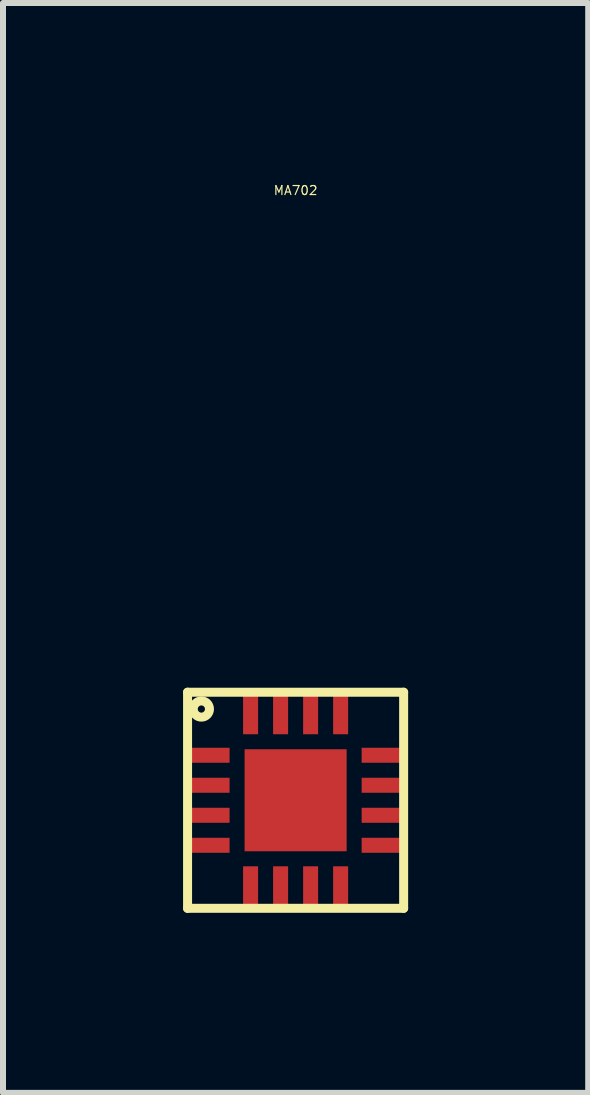
<source format=kicad_pcb>
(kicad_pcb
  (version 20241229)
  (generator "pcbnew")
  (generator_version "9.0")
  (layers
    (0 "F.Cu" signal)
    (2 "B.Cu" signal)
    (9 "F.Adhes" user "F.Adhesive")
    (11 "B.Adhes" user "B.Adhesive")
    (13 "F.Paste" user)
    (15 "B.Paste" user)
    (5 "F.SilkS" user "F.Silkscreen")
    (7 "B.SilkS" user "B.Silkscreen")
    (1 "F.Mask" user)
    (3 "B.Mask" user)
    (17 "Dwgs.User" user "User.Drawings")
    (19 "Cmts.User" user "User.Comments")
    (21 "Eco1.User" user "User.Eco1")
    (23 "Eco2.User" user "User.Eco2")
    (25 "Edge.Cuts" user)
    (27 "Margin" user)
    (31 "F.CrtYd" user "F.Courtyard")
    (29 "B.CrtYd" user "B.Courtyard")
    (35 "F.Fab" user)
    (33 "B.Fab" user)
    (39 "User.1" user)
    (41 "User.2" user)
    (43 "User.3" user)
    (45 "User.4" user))
  (footprint "MA702"
    (layer "F.Cu")
    (at 1.875 10.283)
    (property "Reference" "MA702" (at 0 -10.16 0) (layer "F.SilkS") (effects (font (size 0.15 0.15) (thickness 0.02))))
    (attr through_hole)
    (fp_line (start -1.8 -1.8) (end 1.8 -1.8) (stroke (width 0.15) (type solid)) (layer "F.SilkS"))
    (fp_line (start -1.8 1.8) (end -1.8 -1.8) (stroke (width 0.15) (type solid)) (layer "F.SilkS"))
    (fp_line (start 1.8 -1.8) (end 1.8 1.8) (stroke (width 0.15) (type solid)) (layer "F.SilkS"))
    (fp_line (start 1.8 1.8) (end -1.8 1.8) (stroke (width 0.15) (type solid)) (layer "F.SilkS"))
    (fp_circle (center -1.57 -1.52) (end -1.51 -1.52) (stroke (width 0.15) (type solid)) (fill no) (layer "F.SilkS"))
    (pad "1" smd rect (at -1.45 -0.75) (size 0.7 0.25) (layers "F.Cu" "F.Mask" "F.Paste"))
    (pad "2" smd rect (at -1.45 -0.25) (size 0.7 0.25) (layers "F.Cu" "F.Mask" "F.Paste"))
    (pad "3" smd rect (at -1.45 0.25) (size 0.7 0.25) (layers "F.Cu" "F.Mask" "F.Paste"))
    (pad "4" smd rect (at -1.45 0.75) (size 0.7 0.25) (layers "F.Cu" "F.Mask" "F.Paste"))
    (pad "5" smd rect (at -0.75 1.45) (size 0.25 0.7) (layers "F.Cu" "F.Mask" "F.Paste"))
    (pad "6" smd rect (at -0.25 1.45) (size 0.25 0.7) (layers "F.Cu" "F.Mask" "F.Paste"))
    (pad "7" smd rect (at 0.25 1.45) (size 0.25 0.7) (layers "F.Cu" "F.Mask" "F.Paste"))
    (pad "8" smd rect (at 0.75 1.45) (size 0.25 0.7) (layers "F.Cu" "F.Mask" "F.Paste"))
    (pad "8" smd rect (at 1.45 0.75) (size 0.7 0.25) (layers "F.Cu" "F.Mask" "F.Paste"))
    (pad "10" smd rect (at 1.45 0.25) (size 0.7 0.25) (layers "F.Cu" "F.Mask" "F.Paste"))
    (pad "11" smd rect (at 1.45 -0.25) (size 0.7 0.25) (layers "F.Cu" "F.Mask" "F.Paste"))
    (pad "12" smd rect (at 1.45 -0.75) (size 0.7 0.25) (layers "F.Cu" "F.Mask" "F.Paste"))
    (pad "13" smd rect (at 0.75 -1.45) (size 0.25 0.7) (layers "F.Cu" "F.Mask" "F.Paste"))
    (pad "14" smd rect (at 0.25 -1.45) (size 0.25 0.7) (layers "F.Cu" "F.Mask" "F.Paste"))
    (pad "15" smd rect (at -0.25 -1.45) (size 0.25 0.7) (layers "F.Cu" "F.Mask" "F.Paste"))
    (pad "16" smd rect (at -0.75 -1.45) (size 0.25 0.7) (layers "F.Cu" "F.Mask" "F.Paste"))
    (pad "17" smd rect (at 0 0) (size 1.7 1.7) (layers "F.Cu" "F.Mask" "F.Paste")))
  (gr_rect
    (start -3 -3)
    (end 6.75 15.158)
    (stroke (width 0.1) (type default))
    (fill no)
    (layer "Edge.Cuts")))
</source>
